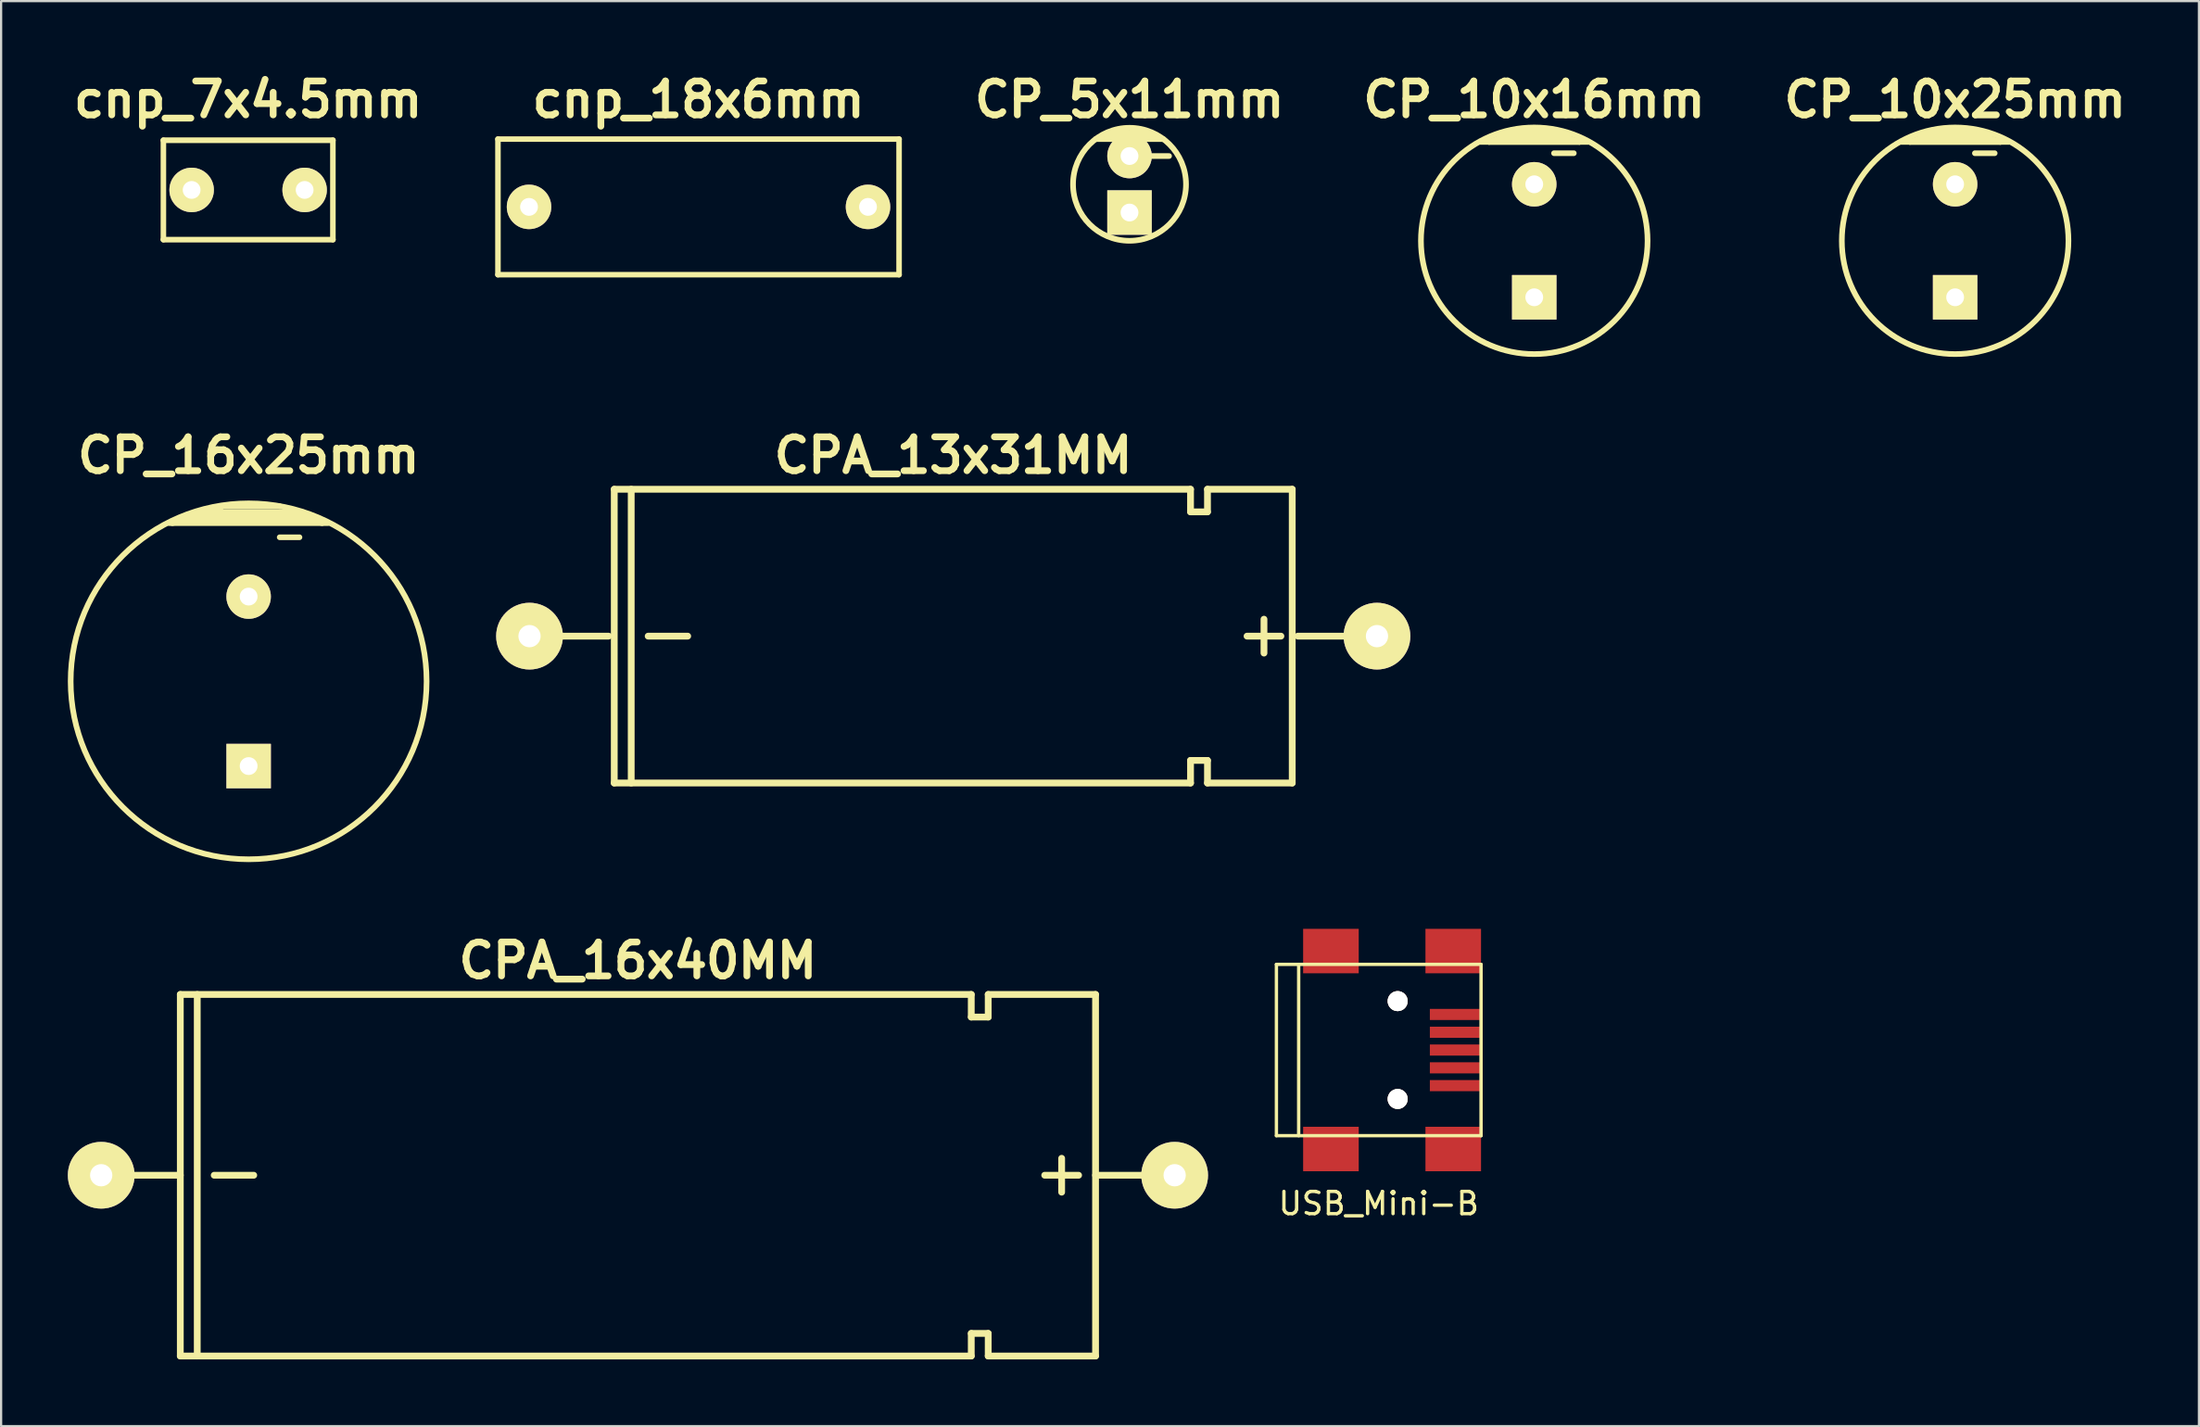
<source format=kicad_pcb>
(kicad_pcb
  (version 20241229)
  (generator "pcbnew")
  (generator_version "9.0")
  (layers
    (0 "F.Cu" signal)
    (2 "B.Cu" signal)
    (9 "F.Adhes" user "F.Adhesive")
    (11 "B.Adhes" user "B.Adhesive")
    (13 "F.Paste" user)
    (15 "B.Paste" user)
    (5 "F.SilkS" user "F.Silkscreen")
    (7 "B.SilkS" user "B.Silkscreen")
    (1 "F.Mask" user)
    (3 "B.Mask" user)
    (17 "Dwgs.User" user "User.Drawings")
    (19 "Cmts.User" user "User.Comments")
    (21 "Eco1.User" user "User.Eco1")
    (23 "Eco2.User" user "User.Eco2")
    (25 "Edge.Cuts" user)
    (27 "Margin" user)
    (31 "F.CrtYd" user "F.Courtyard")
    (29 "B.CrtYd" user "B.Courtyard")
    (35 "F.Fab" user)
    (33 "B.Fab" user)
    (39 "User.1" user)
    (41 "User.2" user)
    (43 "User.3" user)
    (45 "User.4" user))
  (footprint "CP_10x16mm"
    (layer "F.Cu")
    (at 65.927 7.776)
    (property "Reference" "CP_10x16mm" (at 0 -6.35 0) (layer "F.SilkS") (effects (font (size 1.524 1.524) (thickness 0.305))))
    (attr through_hole)
    (fp_line (start -2.413 -4.445) (end 2.413 -4.445) (stroke (width 0.254) (type solid)) (layer "F.SilkS"))
    (fp_line (start -2.032 -4.445) (end -1.651 -4.572) (stroke (width 0.254) (type solid)) (layer "F.SilkS"))
    (fp_line (start -1.651 -4.572) (end 1.651 -4.572) (stroke (width 0.254) (type solid)) (layer "F.SilkS"))
    (fp_line (start -1.524 -4.699) (end 1.524 -4.699) (stroke (width 0.254) (type solid)) (layer "F.SilkS"))
    (fp_line (start -1.016 -4.826) (end 1.016 -4.826) (stroke (width 0.254) (type solid)) (layer "F.SilkS"))
    (fp_line (start 0.889 -3.937) (end 1.778 -3.937) (stroke (width 0.254) (type solid)) (layer "F.SilkS"))
    (fp_line (start 1.016 -4.953) (end -1.016 -4.953) (stroke (width 0.254) (type solid)) (layer "F.SilkS"))
    (fp_line (start 1.143 -4.826) (end -1.143 -4.826) (stroke (width 0.254) (type solid)) (layer "F.SilkS"))
    (fp_line (start 1.651 -4.572) (end 2.032 -4.445) (stroke (width 0.254) (type solid)) (layer "F.SilkS"))
    (fp_line (start 2.032 -4.445) (end -2.032 -4.445) (stroke (width 0.254) (type solid)) (layer "F.SilkS"))
    (fp_circle (center 0 0) (end 5.08 0.381) (stroke (width 0.254) (type solid)) (fill no) (layer "F.SilkS"))
    (pad "1" thru_hole rect (at 0 2.54) (size 1.999 1.999) (drill 0.8) (layers "*.Cu" "*.Mask" "F.SilkS"))
    (pad "2" thru_hole circle (at 0 -2.54) (size 1.999 1.999) (drill 0.8) (layers "*.Cu" "*.Mask" "F.SilkS")))
  (footprint "CP_10x25mm"
    (layer "F.Cu")
    (at 84.849 7.776)
    (property "Reference" "CP_10x25mm" (at 0 -6.35 0) (layer "F.SilkS") (effects (font (size 1.524 1.524) (thickness 0.305))))
    (attr through_hole)
    (fp_line (start -2.413 -4.445) (end 2.413 -4.445) (stroke (width 0.254) (type solid)) (layer "F.SilkS"))
    (fp_line (start -2.032 -4.445) (end -1.651 -4.572) (stroke (width 0.254) (type solid)) (layer "F.SilkS"))
    (fp_line (start -1.651 -4.572) (end 1.651 -4.572) (stroke (width 0.254) (type solid)) (layer "F.SilkS"))
    (fp_line (start -1.524 -4.699) (end 1.524 -4.699) (stroke (width 0.254) (type solid)) (layer "F.SilkS"))
    (fp_line (start -1.016 -4.826) (end 1.016 -4.826) (stroke (width 0.254) (type solid)) (layer "F.SilkS"))
    (fp_line (start 0.889 -3.937) (end 1.778 -3.937) (stroke (width 0.254) (type solid)) (layer "F.SilkS"))
    (fp_line (start 1.016 -4.953) (end -1.016 -4.953) (stroke (width 0.254) (type solid)) (layer "F.SilkS"))
    (fp_line (start 1.143 -4.826) (end -1.143 -4.826) (stroke (width 0.254) (type solid)) (layer "F.SilkS"))
    (fp_line (start 1.651 -4.572) (end 2.032 -4.445) (stroke (width 0.254) (type solid)) (layer "F.SilkS"))
    (fp_line (start 2.032 -4.445) (end -2.032 -4.445) (stroke (width 0.254) (type solid)) (layer "F.SilkS"))
    (fp_circle (center 0 0) (end 5.08 0.381) (stroke (width 0.254) (type solid)) (fill no) (layer "F.SilkS"))
    (pad "1" thru_hole rect (at 0 2.54) (size 1.999 1.999) (drill 0.8) (layers "*.Cu" "*.Mask" "F.SilkS"))
    (pad "2" thru_hole circle (at 0 -2.54) (size 1.999 1.999) (drill 0.8) (layers "*.Cu" "*.Mask" "F.SilkS")))
  (footprint "cnp_18x6mm"
    (layer "F.Cu")
    (at 28.354 6.252)
    (property "Reference" "cnp_18x6mm" (at 0 -4.826 0) (layer "F.SilkS") (effects (font (size 1.524 1.524) (thickness 0.305))))
    (attr through_hole)
    (fp_line (start -9.017 -3.048) (end -9.017 3.048) (stroke (width 0.249) (type solid)) (layer "F.SilkS"))
    (fp_line (start -9.017 3.048) (end 9.017 3.048) (stroke (width 0.249) (type solid)) (layer "F.SilkS"))
    (fp_line (start 9.017 -3.048) (end -9.017 -3.048) (stroke (width 0.249) (type solid)) (layer "F.SilkS"))
    (fp_line (start 9.017 -3.048) (end 9.017 3.048) (stroke (width 0.249) (type solid)) (layer "F.SilkS"))
    (pad "1" thru_hole circle (at -7.62 0) (size 1.999 1.999) (drill 0.8) (layers "*.Cu" "*.Mask" "F.SilkS"))
    (pad "2" thru_hole circle (at 7.62 0) (size 1.999 1.999) (drill 0.8) (layers "*.Cu" "*.Mask" "F.SilkS")))
  (footprint "CPA_16x40MM"
    (layer "F.Cu")
    (at 25.63 49.791)
    (property "Reference" "CPA_16x40MM" (at 0 -9.652 0) (layer "F.SilkS") (effects (font (size 1.524 1.524) (thickness 0.305))))
    (attr through_hole)
    (fp_line (start -20.574 0) (end -24.13 0) (stroke (width 0.305) (type solid)) (layer "F.SilkS"))
    (fp_line (start -20.574 8.128) (end -20.574 -8.128) (stroke (width 0.305) (type solid)) (layer "F.SilkS"))
    (fp_line (start -19.812 -8.128) (end -19.812 8.128) (stroke (width 0.305) (type solid)) (layer "F.SilkS"))
    (fp_line (start -19.05 0) (end -17.272 0) (stroke (width 0.305) (type solid)) (layer "F.SilkS"))
    (fp_line (start 14.986 -8.128) (end -20.574 -8.128) (stroke (width 0.305) (type solid)) (layer "F.SilkS"))
    (fp_line (start 14.986 -8.128) (end 14.986 -7.112) (stroke (width 0.305) (type solid)) (layer "F.SilkS"))
    (fp_line (start 14.986 -7.112) (end 15.748 -7.112) (stroke (width 0.305) (type solid)) (layer "F.SilkS"))
    (fp_line (start 14.986 7.112) (end 14.986 8.128) (stroke (width 0.305) (type solid)) (layer "F.SilkS"))
    (fp_line (start 14.986 8.128) (end -20.574 8.128) (stroke (width 0.305) (type solid)) (layer "F.SilkS"))
    (fp_line (start 15.748 -7.112) (end 15.748 -8.128) (stroke (width 0.305) (type solid)) (layer "F.SilkS"))
    (fp_line (start 15.748 7.112) (end 14.986 7.112) (stroke (width 0.305) (type solid)) (layer "F.SilkS"))
    (fp_line (start 15.748 8.128) (end 15.748 7.112) (stroke (width 0.305) (type solid)) (layer "F.SilkS"))
    (fp_line (start 19.05 0.762) (end 19.05 -0.762) (stroke (width 0.305) (type solid)) (layer "F.SilkS"))
    (fp_line (start 19.812 0) (end 18.288 0) (stroke (width 0.305) (type solid)) (layer "F.SilkS"))
    (fp_line (start 20.574 -8.128) (end 15.748 -8.128) (stroke (width 0.305) (type solid)) (layer "F.SilkS"))
    (fp_line (start 20.574 0) (end 24.13 0) (stroke (width 0.305) (type solid)) (layer "F.SilkS"))
    (fp_line (start 20.574 8.128) (end 15.748 8.128) (stroke (width 0.305) (type solid)) (layer "F.SilkS"))
    (fp_line (start 20.574 8.128) (end 20.574 -8.128) (stroke (width 0.305) (type solid)) (layer "F.SilkS"))
    (pad "1" thru_hole circle (at 24.13 0) (size 3 3) (drill 1.001) (layers "*.Cu" "*.Mask" "F.SilkS"))
    (pad "2" thru_hole circle (at -24.13 0) (size 3 3) (drill 1.001) (layers "*.Cu" "*.Mask" "F.SilkS")))
  (footprint "CP_16x25mm"
    (layer "F.Cu")
    (at 8.128 27.584)
    (property "Reference" "CP_16x25mm" (at 0 -10.16 0) (layer "F.SilkS") (effects (font (size 1.524 1.524) (thickness 0.305))))
    (attr through_hole)
    (fp_line (start -3.429 -7.112) (end -1.27 -7.747) (stroke (width 0.254) (type solid)) (layer "F.SilkS"))
    (fp_line (start -2.794 -7.366) (end -2.667 -7.366) (stroke (width 0.254) (type solid)) (layer "F.SilkS"))
    (fp_line (start -2.794 -7.239) (end -1.905 -7.239) (stroke (width 0.254) (type solid)) (layer "F.SilkS"))
    (fp_line (start -2.159 -7.62) (end 2.159 -7.62) (stroke (width 0.254) (type solid)) (layer "F.SilkS"))
    (fp_line (start -2.032 -7.493) (end 2.032 -7.493) (stroke (width 0.254) (type solid)) (layer "F.SilkS"))
    (fp_line (start 1.397 -7.874) (end -1.27 -7.874) (stroke (width 0.254) (type solid)) (layer "F.SilkS"))
    (fp_line (start 1.397 -6.477) (end 2.286 -6.477) (stroke (width 0.254) (type solid)) (layer "F.SilkS"))
    (fp_line (start 2.794 -7.366) (end -2.794 -7.366) (stroke (width 0.254) (type solid)) (layer "F.SilkS"))
    (fp_line (start 2.921 -7.239) (end -2.794 -7.239) (stroke (width 0.254) (type solid)) (layer "F.SilkS"))
    (fp_line (start 3.302 -7.112) (end 2.159 -7.493) (stroke (width 0.254) (type solid)) (layer "F.SilkS"))
    (fp_line (start 3.556 -7.112) (end -3.556 -7.112) (stroke (width 0.254) (type solid)) (layer "F.SilkS"))
    (fp_circle (center 0 0) (end 8.001 0) (stroke (width 0.254) (type solid)) (fill no) (layer "F.SilkS"))
    (pad "1" thru_hole rect (at 0 3.81) (size 1.999 1.999) (drill 0.8) (layers "*.Cu" "*.Mask" "F.SilkS"))
    (pad "2" thru_hole circle (at 0 -3.81) (size 1.999 1.999) (drill 0.8) (layers "*.Cu" "*.Mask" "F.SilkS")))
  (footprint "CPA_13x31MM"
    (layer "F.Cu")
    (at 39.806 25.552)
    (property "Reference" "CPA_13x31MM" (at 0 -8.128 0) (layer "F.SilkS") (effects (font (size 1.524 1.524) (thickness 0.305))))
    (attr through_hole)
    (fp_line (start -15.494 0) (end -19.05 0) (stroke (width 0.305) (type solid)) (layer "F.SilkS"))
    (fp_line (start -15.24 -6.604) (end -15.24 6.604) (stroke (width 0.305) (type solid)) (layer "F.SilkS"))
    (fp_line (start -15.24 -6.604) (end 10.668 -6.604) (stroke (width 0.305) (type solid)) (layer "F.SilkS"))
    (fp_line (start -14.478 6.604) (end -14.478 -6.604) (stroke (width 0.305) (type solid)) (layer "F.SilkS"))
    (fp_line (start -13.716 0) (end -11.938 0) (stroke (width 0.305) (type solid)) (layer "F.SilkS"))
    (fp_line (start 10.668 -6.604) (end 10.668 -5.588) (stroke (width 0.305) (type solid)) (layer "F.SilkS"))
    (fp_line (start 10.668 -5.588) (end 11.43 -5.588) (stroke (width 0.305) (type solid)) (layer "F.SilkS"))
    (fp_line (start 10.668 5.588) (end 10.668 6.604) (stroke (width 0.305) (type solid)) (layer "F.SilkS"))
    (fp_line (start 10.668 6.604) (end -15.24 6.604) (stroke (width 0.305) (type solid)) (layer "F.SilkS"))
    (fp_line (start 11.43 -6.604) (end 15.24 -6.604) (stroke (width 0.305) (type solid)) (layer "F.SilkS"))
    (fp_line (start 11.43 -5.588) (end 11.43 -6.604) (stroke (width 0.305) (type solid)) (layer "F.SilkS"))
    (fp_line (start 11.43 5.588) (end 10.668 5.588) (stroke (width 0.305) (type solid)) (layer "F.SilkS"))
    (fp_line (start 11.43 6.604) (end 11.43 5.588) (stroke (width 0.305) (type solid)) (layer "F.SilkS"))
    (fp_line (start 13.97 0.762) (end 13.97 -0.762) (stroke (width 0.305) (type solid)) (layer "F.SilkS"))
    (fp_line (start 14.732 0) (end 13.208 0) (stroke (width 0.305) (type solid)) (layer "F.SilkS"))
    (fp_line (start 15.24 -6.604) (end 15.24 6.604) (stroke (width 0.305) (type solid)) (layer "F.SilkS"))
    (fp_line (start 15.24 6.604) (end 11.43 6.604) (stroke (width 0.305) (type solid)) (layer "F.SilkS"))
    (fp_line (start 15.494 0) (end 19.05 0) (stroke (width 0.305) (type solid)) (layer "F.SilkS"))
    (pad "1" thru_hole circle (at 19.05 0) (size 3 3) (drill 1.001) (layers "*.Cu" "*.Mask" "F.SilkS"))
    (pad "2" thru_hole circle (at -19.05 0) (size 3 3) (drill 1.001) (layers "*.Cu" "*.Mask" "F.SilkS")))
  (footprint "cnp_7x4.5mm"
    (layer "F.Cu")
    (at 8.106 5.49)
    (property "Reference" "cnp_7x4.5mm" (at 0 -4.064 0) (layer "F.SilkS") (effects (font (size 1.524 1.524) (thickness 0.305))))
    (attr through_hole)
    (fp_line (start -3.81 -2.235) (end 3.81 -2.235) (stroke (width 0.254) (type solid)) (layer "F.SilkS"))
    (fp_line (start -3.81 2.235) (end -3.81 -2.235) (stroke (width 0.249) (type solid)) (layer "F.SilkS"))
    (fp_line (start 3.81 2.235) (end -3.81 2.235) (stroke (width 0.254) (type solid)) (layer "F.SilkS"))
    (fp_line (start 3.81 2.235) (end 3.81 -2.235) (stroke (width 0.249) (type solid)) (layer "F.SilkS"))
    (pad "1" thru_hole circle (at -2.54 0) (size 1.999 1.999) (drill 0.8) (layers "*.Cu" "*.Mask" "F.SilkS"))
    (pad "2" thru_hole circle (at 2.54 0) (size 1.999 1.999) (drill 0.8) (layers "*.Cu" "*.Mask" "F.SilkS")))
  (footprint "CP_5x11mm"
    (layer "F.Cu")
    (at 47.731 5.236)
    (property "Reference" "CP_5x11mm" (at 0 -3.81 0) (layer "F.SilkS") (effects (font (size 1.524 1.524) (thickness 0.305))))
    (attr through_hole)
    (fp_line (start -1.524 -2.032) (end 1.524 -2.032) (stroke (width 0.254) (type solid)) (layer "F.SilkS"))
    (fp_line (start -1.016 -2.286) (end -1.016 -2.159) (stroke (width 0.254) (type solid)) (layer "F.SilkS"))
    (fp_line (start -1.016 -2.159) (end 1.016 -2.159) (stroke (width 0.254) (type solid)) (layer "F.SilkS"))
    (fp_line (start 0.889 -1.27) (end 1.778 -1.27) (stroke (width 0.254) (type solid)) (layer "F.SilkS"))
    (fp_line (start 1.016 -2.286) (end -1.016 -2.286) (stroke (width 0.254) (type solid)) (layer "F.SilkS"))
    (fp_circle (center 0 0) (end -2.54 0) (stroke (width 0.254) (type solid)) (fill no) (layer "F.SilkS"))
    (pad "1" thru_hole rect (at 0 1.27) (size 1.999 1.999) (drill 0.8) (layers "*.Cu" "*.Mask" "F.SilkS"))
    (pad "2" thru_hole circle (at 0 -1.27) (size 1.999 1.999) (drill 0.8) (layers "*.Cu" "*.Mask" "F.SilkS")))
  (footprint "USB_Mini-B"
    (layer "F.Cu")
    (at 58.935 44.162)
    (property "Reference" "USB_Mini-B" (at 0 6.901 0) (layer "F.SilkS") (effects (font (size 1 1) (thickness 0.15))))
    (attr through_hole)
    (fp_line (start -4.6 -3.851) (end -4.6 3.851) (stroke (width 0.15) (type solid)) (layer "F.SilkS"))
    (fp_line (start -4.6 3.851) (end 4.6 3.851) (stroke (width 0.15) (type solid)) (layer "F.SilkS"))
    (fp_line (start -3.599 -3.851) (end -3.599 3.851) (stroke (width 0.15) (type solid)) (layer "F.SilkS"))
    (fp_line (start 4.6 -3.851) (end -4.6 -3.851) (stroke (width 0.15) (type solid)) (layer "F.SilkS"))
    (fp_line (start 4.6 3.851) (end 4.6 -3.851) (stroke (width 0.15) (type solid)) (layer "F.SilkS"))
    (pad "1" smd rect (at 3.449 -1.6) (size 2.301 0.5) (layers "F.Cu" "F.Mask" "F.Paste"))
    (pad "2" smd rect (at 3.449 -0.8) (size 2.301 0.5) (layers "F.Cu" "F.Mask" "F.Paste"))
    (pad "3" smd rect (at 3.449 0) (size 2.301 0.5) (layers "F.Cu" "F.Mask" "F.Paste"))
    (pad "4" smd rect (at 3.449 0.8) (size 2.301 0.5) (layers "F.Cu" "F.Mask" "F.Paste"))
    (pad "5" smd rect (at 3.449 1.6) (size 2.301 0.5) (layers "F.Cu" "F.Mask" "F.Paste"))
    (pad "6" smd rect (at 3.35 -4.45) (size 2.499 1.999) (layers "F.Cu" "F.Mask" "F.Paste"))
    (pad "7" smd rect (at -2.149 -4.45) (size 2.499 1.999) (layers "F.Cu" "F.Mask" "F.Paste"))
    (pad "8" smd rect (at 3.35 4.45) (size 2.499 1.999) (layers "F.Cu" "F.Mask" "F.Paste"))
    (pad "9" smd rect (at -2.149 4.45) (size 2.499 1.999) (layers "F.Cu" "F.Mask" "F.Paste"))
    (pad "9" thru_hole circle (at 0.851 -2.2) (size 0.899 0.899) (drill 0.899) (layers "*.Cu" "*.Mask" "F.SilkS"))
    (pad "9" thru_hole circle (at 0.851 2.2) (size 0.899 0.899) (drill 0.899) (layers "*.Cu" "*.Mask" "F.SilkS")))
  (gr_rect
    (start -3 -3)
    (end 95.81 61.071)
    (stroke (width 0.1) (type default))
    (fill no)
    (layer "Edge.Cuts")))
</source>
